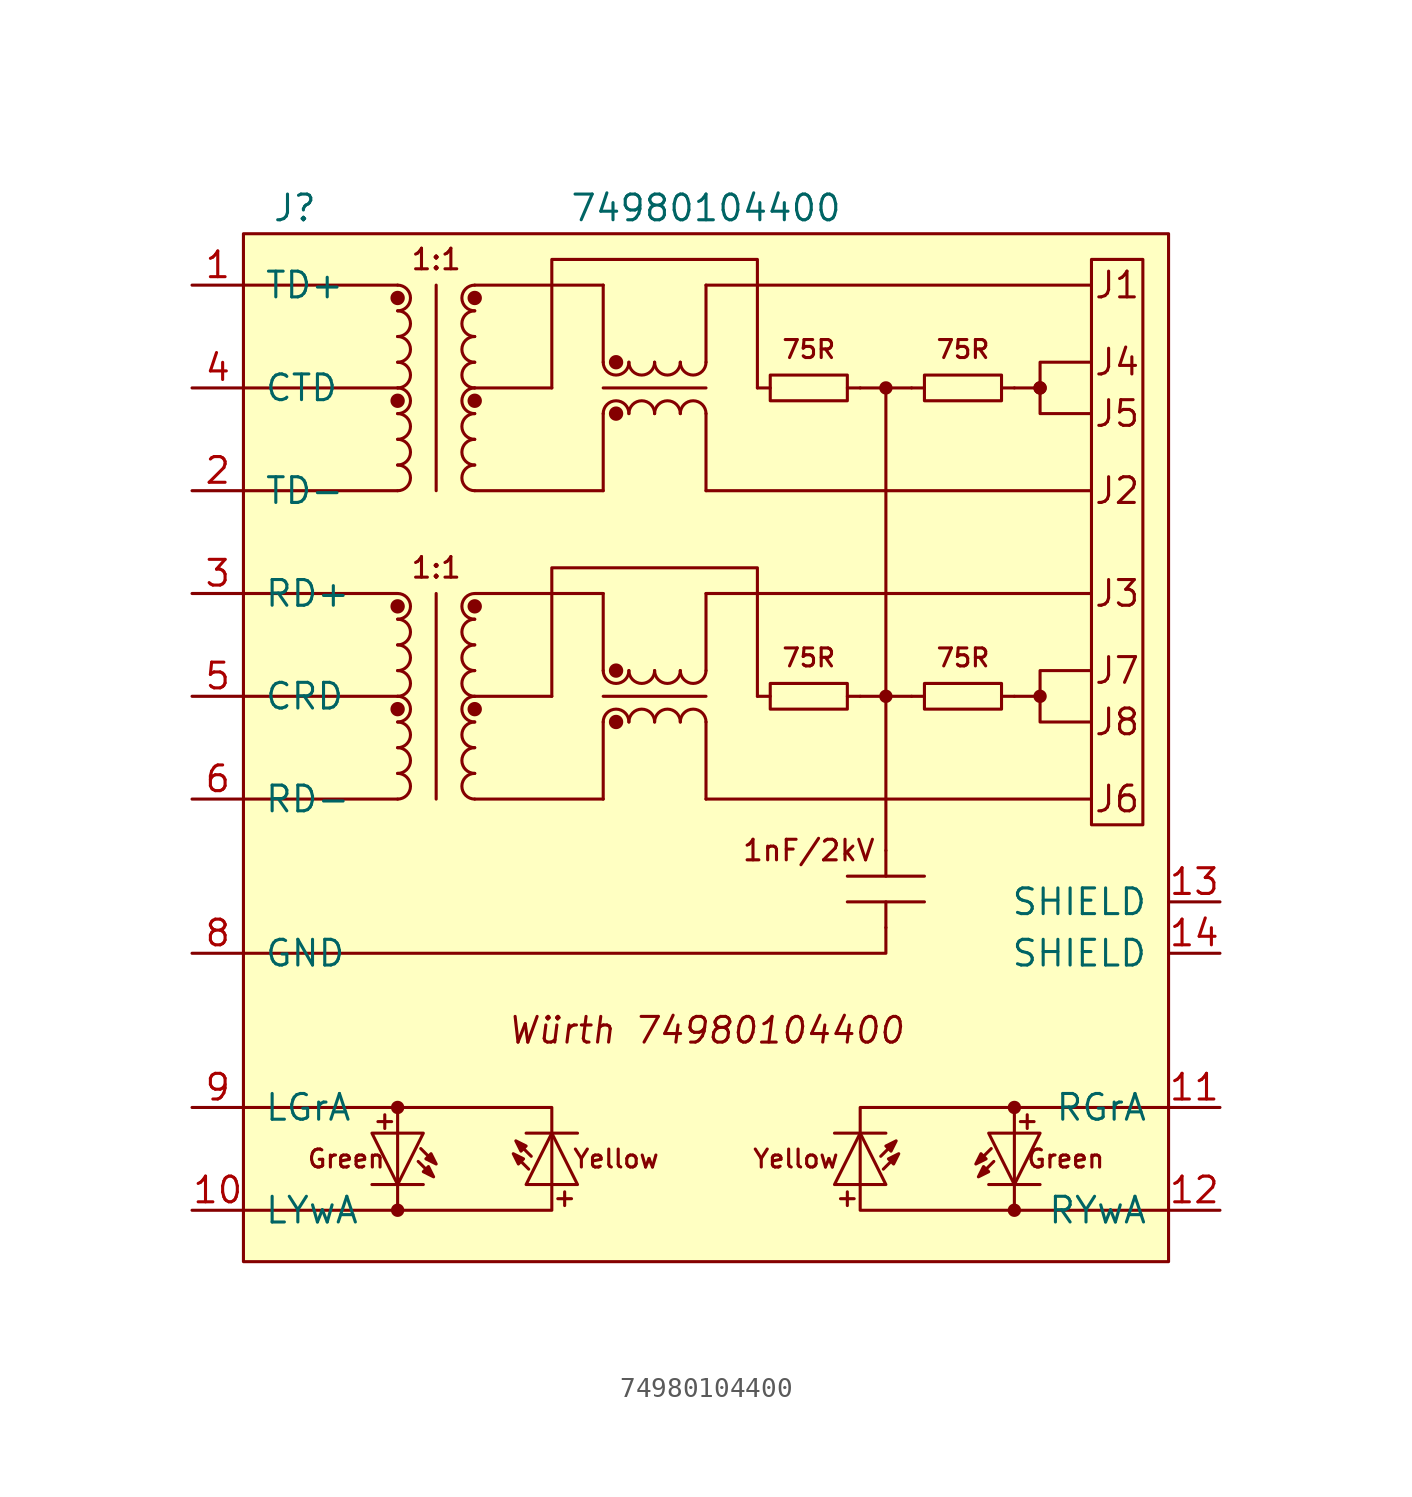
<source format=kicad_sym>
(kicad_symbol_lib
  (version 20211014)
  (generator kicad_symbol_editor)
  (symbol "74980104400"
    (pin_names
      (offset 1.016))
    (property "Reference" "J"
      (at -20.32 24.13 0)
      (effects (font (size 1.27 1.27))))
    (property "Value" "74980104400"
      (at 0 24.13 0)
      (effects (font (size 1.27 1.27))))
    (symbol "74980104400_0_0"
      (rectangle (start -22.86 22.86) (end 22.86 -27.94) (stroke (width 0) (type default) (color 0 0 0 0)) (fill (type background)))
      (circle (center -15.24 -25.4) (radius 0.254) (stroke (width 0) (type default) (color 0 0 0 0)) (fill (type outline)))
      (circle (center -15.24 -20.32) (radius 0.254) (stroke (width 0) (type default) (color 0 0 0 0)) (fill (type outline)))
      (arc (start -15.24 -5.08) (mid -14.605 -4.445) (end -15.24 -3.81) (stroke (width 0) (type default) (color 0 0 0 0)) (fill (type none)))
      (arc (start -15.24 -3.81) (mid -14.605 -3.175) (end -15.24 -2.54) (stroke (width 0) (type default) (color 0 0 0 0)) (fill (type none)))
      (arc (start -15.24 -2.54) (mid -14.605 -1.905) (end -15.24 -1.27) (stroke (width 0) (type default) (color 0 0 0 0)) (fill (type none)))
      (arc (start -15.24 -1.27) (mid -14.605 -0.635) (end -15.24 0) (stroke (width 0) (type default) (color 0 0 0 0)) (fill (type none)))
      (circle (center -15.24 -0.635) (radius 0.279) (stroke (width 0) (type default) (color 0 0 0 0)) (fill (type outline)))
      (arc (start -15.24 0) (mid -14.605 0.635) (end -15.24 1.27) (stroke (width 0) (type default) (color 0 0 0 0)) (fill (type none)))
      (arc (start -15.24 1.27) (mid -14.605 1.905) (end -15.24 2.54) (stroke (width 0) (type default) (color 0 0 0 0)) (fill (type none)))
      (arc (start -15.24 2.54) (mid -14.605 3.175) (end -15.24 3.81) (stroke (width 0) (type default) (color 0 0 0 0)) (fill (type none)))
      (arc (start -15.24 3.81) (mid -14.605 4.445) (end -15.24 5.08) (stroke (width 0) (type default) (color 0 0 0 0)) (fill (type none)))
      (circle (center -15.24 4.445) (radius 0.279) (stroke (width 0) (type default) (color 0 0 0 0)) (fill (type outline)))
      (arc (start -15.24 10.16) (mid -14.605 10.795) (end -15.24 11.43) (stroke (width 0) (type default) (color 0 0 0 0)) (fill (type none)))
      (arc (start -15.24 11.43) (mid -14.605 12.065) (end -15.24 12.7) (stroke (width 0) (type default) (color 0 0 0 0)) (fill (type none)))
      (arc (start -15.24 12.7) (mid -14.605 13.335) (end -15.24 13.97) (stroke (width 0) (type default) (color 0 0 0 0)) (fill (type none)))
      (arc (start -15.24 13.97) (mid -14.605 14.605) (end -15.24 15.24) (stroke (width 0) (type default) (color 0 0 0 0)) (fill (type none)))
      (circle (center -15.24 14.605) (radius 0.279) (stroke (width 0) (type default) (color 0 0 0 0)) (fill (type outline)))
      (arc (start -15.24 15.24) (mid -14.605 15.875) (end -15.24 16.51) (stroke (width 0) (type default) (color 0 0 0 0)) (fill (type none)))
      (arc (start -15.24 16.51) (mid -14.605 17.145) (end -15.24 17.78) (stroke (width 0) (type default) (color 0 0 0 0)) (fill (type none)))
      (arc (start -15.24 17.78) (mid -14.605 18.415) (end -15.24 19.05) (stroke (width 0) (type default) (color 0 0 0 0)) (fill (type none)))
      (arc (start -15.24 19.05) (mid -14.605 19.685) (end -15.24 20.32) (stroke (width 0) (type default) (color 0 0 0 0)) (fill (type none)))
      (circle (center -15.24 19.685) (radius 0.279) (stroke (width 0) (type default) (color 0 0 0 0)) (fill (type outline)))
      (arc (start -11.43 -3.81) (mid -12.065 -4.445) (end -11.43 -5.08) (stroke (width 0) (type default) (color 0 0 0 0)) (fill (type none)))
      (arc (start -11.43 -2.54) (mid -12.065 -3.175) (end -11.43 -3.81) (stroke (width 0) (type default) (color 0 0 0 0)) (fill (type none)))
      (arc (start -11.43 -1.27) (mid -12.065 -1.905) (end -11.43 -2.54) (stroke (width 0) (type default) (color 0 0 0 0)) (fill (type none)))
      (circle (center -11.43 -0.635) (radius 0.279) (stroke (width 0) (type default) (color 0 0 0 0)) (fill (type outline)))
      (arc (start -11.43 0) (mid -12.065 -0.635) (end -11.43 -1.27) (stroke (width 0) (type default) (color 0 0 0 0)) (fill (type none)))
      (arc (start -11.43 1.27) (mid -12.065 0.635) (end -11.43 0) (stroke (width 0) (type default) (color 0 0 0 0)) (fill (type none)))
      (arc (start -11.43 2.54) (mid -12.065 1.905) (end -11.43 1.27) (stroke (width 0) (type default) (color 0 0 0 0)) (fill (type none)))
      (arc (start -11.43 3.81) (mid -12.065 3.175) (end -11.43 2.54) (stroke (width 0) (type default) (color 0 0 0 0)) (fill (type none)))
      (circle (center -11.43 4.445) (radius 0.279) (stroke (width 0) (type default) (color 0 0 0 0)) (fill (type outline)))
      (arc (start -11.43 5.08) (mid -12.065 4.445) (end -11.43 3.81) (stroke (width 0) (type default) (color 0 0 0 0)) (fill (type none)))
      (arc (start -11.43 11.43) (mid -12.065 10.795) (end -11.43 10.16) (stroke (width 0) (type default) (color 0 0 0 0)) (fill (type none)))
      (arc (start -11.43 12.7) (mid -12.065 12.065) (end -11.43 11.43) (stroke (width 0) (type default) (color 0 0 0 0)) (fill (type none)))
      (arc (start -11.43 13.97) (mid -12.065 13.335) (end -11.43 12.7) (stroke (width 0) (type default) (color 0 0 0 0)) (fill (type none)))
      (circle (center -11.43 14.605) (radius 0.279) (stroke (width 0) (type default) (color 0 0 0 0)) (fill (type outline)))
      (arc (start -11.43 15.24) (mid -12.065 14.605) (end -11.43 13.97) (stroke (width 0) (type default) (color 0 0 0 0)) (fill (type none)))
      (arc (start -11.43 16.51) (mid -12.065 15.875) (end -11.43 15.24) (stroke (width 0) (type default) (color 0 0 0 0)) (fill (type none)))
      (arc (start -11.43 17.78) (mid -12.065 17.145) (end -11.43 16.51) (stroke (width 0) (type default) (color 0 0 0 0)) (fill (type none)))
      (arc (start -11.43 19.05) (mid -12.065 18.415) (end -11.43 17.78) (stroke (width 0) (type default) (color 0 0 0 0)) (fill (type none)))
      (circle (center -11.43 19.685) (radius 0.279) (stroke (width 0) (type default) (color 0 0 0 0)) (fill (type outline)))
      (arc (start -11.43 20.32) (mid -12.065 19.685) (end -11.43 19.05) (stroke (width 0) (type default) (color 0 0 0 0)) (fill (type none)))
      (arc (start -5.08 1.27) (mid -4.445 0.635) (end -3.81 1.27) (stroke (width 0) (type default) (color 0 0 0 0)) (fill (type none)))
      (arc (start -5.08 16.51) (mid -4.445 15.875) (end -3.81 16.51) (stroke (width 0) (type default) (color 0 0 0 0)) (fill (type none)))
      (circle (center -4.445 -1.27) (radius 0.279) (stroke (width 0) (type default) (color 0 0 0 0)) (fill (type outline)))
      (circle (center -4.445 1.27) (radius 0.279) (stroke (width 0) (type default) (color 0 0 0 0)) (fill (type outline)))
      (circle (center -4.445 13.97) (radius 0.279) (stroke (width 0) (type default) (color 0 0 0 0)) (fill (type outline)))
      (circle (center -4.445 16.51) (radius 0.279) (stroke (width 0) (type default) (color 0 0 0 0)) (fill (type outline)))
      (arc (start -3.81 -1.27) (mid -4.445 -0.635) (end -5.08 -1.27) (stroke (width 0) (type default) (color 0 0 0 0)) (fill (type none)))
      (arc (start -3.81 1.27) (mid -3.175 0.635) (end -2.54 1.27) (stroke (width 0) (type default) (color 0 0 0 0)) (fill (type none)))
      (arc (start -3.81 13.97) (mid -4.445 14.605) (end -5.08 13.97) (stroke (width 0) (type default) (color 0 0 0 0)) (fill (type none)))
      (arc (start -3.81 16.51) (mid -3.175 15.875) (end -2.54 16.51) (stroke (width 0) (type default) (color 0 0 0 0)) (fill (type none)))
      (arc (start -2.54 -1.27) (mid -3.175 -0.635) (end -3.81 -1.27) (stroke (width 0) (type default) (color 0 0 0 0)) (fill (type none)))
      (arc (start -2.54 1.27) (mid -1.905 0.635) (end -1.27 1.27) (stroke (width 0) (type default) (color 0 0 0 0)) (fill (type none)))
      (arc (start -2.54 13.97) (mid -3.175 14.605) (end -3.81 13.97) (stroke (width 0) (type default) (color 0 0 0 0)) (fill (type none)))
      (arc (start -2.54 16.51) (mid -1.905 15.875) (end -1.27 16.51) (stroke (width 0) (type default) (color 0 0 0 0)) (fill (type none)))
      (arc (start -1.27 -1.27) (mid -1.905 -0.635) (end -2.54 -1.27) (stroke (width 0) (type default) (color 0 0 0 0)) (fill (type none)))
      (arc (start -1.27 1.27) (mid -0.635 0.635) (end 0 1.27) (stroke (width 0) (type default) (color 0 0 0 0)) (fill (type none)))
      (arc (start -1.27 13.97) (mid -1.905 14.605) (end -2.54 13.97) (stroke (width 0) (type default) (color 0 0 0 0)) (fill (type none)))
      (arc (start -1.27 16.51) (mid -0.635 15.875) (end 0 16.51) (stroke (width 0) (type default) (color 0 0 0 0)) (fill (type none)))
      (arc (start 0 -1.27) (mid -0.635 -0.635) (end -1.27 -1.27) (stroke (width 0) (type default) (color 0 0 0 0)) (fill (type none)))
      (polyline (pts (xy -22.86 -5.08) (xy -15.24 -5.08)) (stroke (width 0) (type default) (color 0 0 0 0)) (fill (type none)))
      (polyline (pts (xy -22.86 0) (xy -15.24 0)) (stroke (width 0) (type default) (color 0 0 0 0)) (fill (type none)))
      (polyline (pts (xy -22.86 5.08) (xy -15.24 5.08)) (stroke (width 0) (type default) (color 0 0 0 0)) (fill (type none)))
      (polyline (pts (xy -22.86 10.16) (xy -15.24 10.16)) (stroke (width 0) (type default) (color 0 0 0 0)) (fill (type none)))
      (polyline (pts (xy -22.86 15.24) (xy -15.24 15.24)) (stroke (width 0) (type default) (color 0 0 0 0)) (fill (type none)))
      (polyline (pts (xy -22.86 20.32) (xy -15.24 20.32)) (stroke (width 0) (type default) (color 0 0 0 0)) (fill (type none)))
      (polyline (pts (xy -13.335 5.08) (xy -13.335 -5.08)) (stroke (width 0) (type default) (color 0 0 0 0)) (fill (type none)))
      (polyline (pts (xy -13.335 20.32) (xy -13.335 10.16)) (stroke (width 0) (type default) (color 0 0 0 0)) (fill (type none)))
      (polyline (pts (xy -7.62 0) (xy -11.43 0)) (stroke (width 0) (type default) (color 0 0 0 0)) (fill (type none)))
      (polyline (pts (xy -7.62 15.24) (xy -11.43 15.24)) (stroke (width 0) (type default) (color 0 0 0 0)) (fill (type none)))
      (polyline (pts (xy -5.08 -5.08) (xy -11.43 -5.08)) (stroke (width 0) (type default) (color 0 0 0 0)) (fill (type none)))
      (polyline (pts (xy -5.08 -5.08) (xy -5.08 -1.27)) (stroke (width 0) (type default) (color 0 0 0 0)) (fill (type none)))
      (polyline (pts (xy -5.08 0) (xy 0 0)) (stroke (width 0) (type default) (color 0 0 0 0)) (fill (type none)))
      (polyline (pts (xy -5.08 5.08) (xy -11.43 5.08)) (stroke (width 0) (type default) (color 0 0 0 0)) (fill (type none)))
      (polyline (pts (xy -5.08 5.08) (xy -5.08 1.27)) (stroke (width 0) (type default) (color 0 0 0 0)) (fill (type none)))
      (polyline (pts (xy -5.08 10.16) (xy -11.43 10.16)) (stroke (width 0) (type default) (color 0 0 0 0)) (fill (type none)))
      (polyline (pts (xy -5.08 13.97) (xy -5.08 10.16)) (stroke (width 0) (type default) (color 0 0 0 0)) (fill (type none)))
      (polyline (pts (xy -5.08 15.24) (xy 0 15.24)) (stroke (width 0) (type default) (color 0 0 0 0)) (fill (type none)))
      (polyline (pts (xy -5.08 20.32) (xy -11.43 20.32)) (stroke (width 0) (type default) (color 0 0 0 0)) (fill (type none)))
      (polyline (pts (xy -5.08 20.32) (xy -5.08 16.51)) (stroke (width 0) (type default) (color 0 0 0 0)) (fill (type none)))
      (polyline (pts (xy 0 -5.08) (xy 19.05 -5.08)) (stroke (width 0) (type default) (color 0 0 0 0)) (fill (type none)))
      (polyline (pts (xy 0 -1.27) (xy 0 -5.08)) (stroke (width 0) (type default) (color 0 0 0 0)) (fill (type none)))
      (polyline (pts (xy 0 1.27) (xy 0 5.08)) (stroke (width 0) (type default) (color 0 0 0 0)) (fill (type none)))
      (polyline (pts (xy 0 5.08) (xy 19.05 5.08)) (stroke (width 0) (type default) (color 0 0 0 0)) (fill (type none)))
      (polyline (pts (xy 0 10.16) (xy 19.05 10.16)) (stroke (width 0) (type default) (color 0 0 0 0)) (fill (type none)))
      (polyline (pts (xy 0 13.97) (xy 0 10.16)) (stroke (width 0) (type default) (color 0 0 0 0)) (fill (type none)))
      (polyline (pts (xy 0 16.51) (xy 0 20.32)) (stroke (width 0) (type default) (color 0 0 0 0)) (fill (type none)))
      (polyline (pts (xy 0 20.32) (xy 19.05 20.32)) (stroke (width 0) (type default) (color 0 0 0 0)) (fill (type none)))
      (polyline (pts (xy 3.175 0) (xy 2.54 0)) (stroke (width 0) (type default) (color 0 0 0 0)) (fill (type none)))
      (polyline (pts (xy 3.175 15.24) (xy 2.54 15.24)) (stroke (width 0) (type default) (color 0 0 0 0)) (fill (type none)))
      (polyline (pts (xy 6.985 -10.16) (xy 10.795 -10.16)) (stroke (width 0) (type default) (color 0 0 0 0)) (fill (type none)))
      (polyline (pts (xy 6.985 -8.89) (xy 10.795 -8.89)) (stroke (width 0) (type default) (color 0 0 0 0)) (fill (type none)))
      (polyline (pts (xy 6.985 0) (xy 7.62 0)) (stroke (width 0) (type default) (color 0 0 0 0)) (fill (type none)))
      (polyline (pts (xy 6.985 15.24) (xy 7.62 15.24)) (stroke (width 0) (type default) (color 0 0 0 0)) (fill (type none)))
      (polyline (pts (xy 8.89 -10.16) (xy 8.89 -11.43)) (stroke (width 0) (type default) (color 0 0 0 0)) (fill (type none)))
      (polyline (pts (xy 8.89 -8.89) (xy 8.89 -7.62)) (stroke (width 0) (type default) (color 0 0 0 0)) (fill (type none)))
      (polyline (pts (xy 10.16 0) (xy 7.62 0)) (stroke (width 0) (type default) (color 0 0 0 0)) (fill (type none)))
      (polyline (pts (xy 10.16 15.24) (xy 7.62 15.24)) (stroke (width 0) (type default) (color 0 0 0 0)) (fill (type none)))
      (polyline (pts (xy 10.795 0) (xy 10.16 0)) (stroke (width 0) (type default) (color 0 0 0 0)) (fill (type none)))
      (polyline (pts (xy 10.795 15.24) (xy 10.16 15.24)) (stroke (width 0) (type default) (color 0 0 0 0)) (fill (type none)))
      (polyline (pts (xy 14.605 0) (xy 15.24 0)) (stroke (width 0) (type default) (color 0 0 0 0)) (fill (type none)))
      (polyline (pts (xy 14.605 15.24) (xy 15.24 15.24)) (stroke (width 0) (type default) (color 0 0 0 0)) (fill (type none)))
      (polyline (pts (xy -22.86 -12.7) (xy 8.89 -12.7) (xy 8.89 -11.43)) (stroke (width 0) (type default) (color 0 0 0 0)) (fill (type none)))
      (polyline (pts (xy 8.89 15.24) (xy 8.89 0) (xy 8.89 -7.62)) (stroke (width 0) (type default) (color 0 0 0 0)) (fill (type none)))
      (polyline (pts (xy 16.51 0) (xy 16.51 -1.27) (xy 19.05 -1.27)) (stroke (width 0) (type default) (color 0 0 0 0)) (fill (type none)))
      (polyline (pts (xy 16.51 15.24) (xy 16.51 13.97) (xy 19.05 13.97)) (stroke (width 0) (type default) (color 0 0 0 0)) (fill (type none)))
      (polyline (pts (xy -7.62 0) (xy -7.62 6.35) (xy 2.54 6.35) (xy 2.54 0)) (stroke (width 0) (type default) (color 0 0 0 0)) (fill (type none)))
      (polyline (pts (xy -7.62 15.24) (xy -7.62 21.59) (xy 2.54 21.59) (xy 2.54 15.24)) (stroke (width 0) (type default) (color 0 0 0 0)) (fill (type none)))
      (polyline (pts (xy 15.24 0) (xy 16.51 0) (xy 16.51 1.27) (xy 19.05 1.27)) (stroke (width 0) (type default) (color 0 0 0 0)) (fill (type none)))
      (polyline (pts (xy 15.24 15.24) (xy 16.51 15.24) (xy 16.51 16.51) (xy 19.05 16.51)) (stroke (width 0) (type default) (color 0 0 0 0)) (fill (type none)))
      (polyline (pts (xy -14.224 -22.987) (xy -13.462 -23.749) (xy -13.716 -23.241) (xy -13.97 -23.495) (xy -13.462 -23.749)) (stroke (width 0) (type default) (color 0 0 0 0)) (fill (type none)))
      (polyline (pts (xy -14.097 -22.352) (xy -13.335 -23.114) (xy -13.589 -22.606) (xy -13.843 -22.86) (xy -13.335 -23.114)) (stroke (width 0) (type default) (color 0 0 0 0)) (fill (type none)))
      (polyline (pts (xy -8.763 -23.368) (xy -9.525 -22.606) (xy -9.271 -23.114) (xy -9.017 -22.86) (xy -9.525 -22.606)) (stroke (width 0) (type default) (color 0 0 0 0)) (fill (type none)))
      (polyline (pts (xy -8.636 -22.733) (xy -9.398 -21.971) (xy -9.144 -22.479) (xy -8.89 -22.225) (xy -9.398 -21.971)) (stroke (width 0) (type default) (color 0 0 0 0)) (fill (type none)))
      (polyline (pts (xy 8.636 -22.733) (xy 9.398 -21.971) (xy 9.144 -22.479) (xy 8.89 -22.225) (xy 9.398 -21.971)) (stroke (width 0) (type default) (color 0 0 0 0)) (fill (type none)))
      (polyline (pts (xy 8.763 -23.368) (xy 9.525 -22.606) (xy 9.271 -23.114) (xy 9.017 -22.86) (xy 9.525 -22.606)) (stroke (width 0) (type default) (color 0 0 0 0)) (fill (type none)))
      (polyline (pts (xy 14.097 -22.352) (xy 13.335 -23.114) (xy 13.589 -22.606) (xy 13.843 -22.86) (xy 13.335 -23.114)) (stroke (width 0) (type default) (color 0 0 0 0)) (fill (type none)))
      (polyline (pts (xy 14.224 -22.987) (xy 13.462 -23.749) (xy 13.716 -23.241) (xy 13.97 -23.495) (xy 13.462 -23.749)) (stroke (width 0) (type default) (color 0 0 0 0)) (fill (type none)))
      (arc (start 0 13.97) (mid -0.635 14.605) (end -1.27 13.97) (stroke (width 0) (type default) (color 0 0 0 0)) (fill (type none)))
      (rectangle (start 3.175 0.635) (end 6.985 -0.635) (stroke (width 0) (type default) (color 0 0 0 0)) (fill (type none)))
      (rectangle (start 3.175 15.875) (end 6.985 14.605) (stroke (width 0) (type default) (color 0 0 0 0)) (fill (type none)))
      (circle (center 8.89 0) (radius 0.254) (stroke (width 0) (type default) (color 0 0 0 0)) (fill (type outline)))
      (circle (center 8.89 15.24) (radius 0.254) (stroke (width 0) (type default) (color 0 0 0 0)) (fill (type outline)))
      (rectangle (start 10.795 0.635) (end 14.605 -0.635) (stroke (width 0) (type default) (color 0 0 0 0)) (fill (type none)))
      (rectangle (start 10.795 15.875) (end 14.605 14.605) (stroke (width 0) (type default) (color 0 0 0 0)) (fill (type none)))
      (circle (center 15.24 -25.4) (radius 0.254) (stroke (width 0) (type default) (color 0 0 0 0)) (fill (type outline)))
      (circle (center 15.24 -20.32) (radius 0.254) (stroke (width 0) (type default) (color 0 0 0 0)) (fill (type outline)))
      (circle (center 16.51 0) (radius 0.254) (stroke (width 0) (type default) (color 0 0 0 0)) (fill (type outline)))
      (circle (center 16.51 15.24) (radius 0.254) (stroke (width 0) (type default) (color 0 0 0 0)) (fill (type outline)))
      (circle (center 16.51 15.24) (radius 0.254) (stroke (width 0) (type default) (color 0 0 0 0)) (fill (type outline)))
      (rectangle (start 19.05 21.59) (end 21.59 -6.35) (stroke (width 0) (type default) (color 0 0 0 0)) (fill (type none)))
      (text "+" (at -15.875 -20.955 0) (effects (font (size 0.889 0.889))))
      (text "+" (at -6.985 -24.765 0) (effects (font (size 0.889 0.889))))
      (text "+" (at 6.985 -24.765 0) (effects (font (size 0.889 0.889))))
      (text "+" (at 15.875 -20.955 0) (effects (font (size 0.889 0.889))))
      (text "1:1" (at -13.335 6.35 0) (effects (font (size 1.016 1.016))))
      (text "1:1" (at -13.335 21.59 0) (effects (font (size 1.016 1.016))))
      (text "1nF/2kV" (at 5.08 -7.62 0) (effects (font (size 1.016 1.016))))
      (text "75R" (at 5.08 1.905 0) (effects (font (size 0.889 0.889))))
      (text "75R" (at 5.08 17.145 0) (effects (font (size 0.889 0.889))))
      (text "75R" (at 12.7 1.905 0) (effects (font (size 0.889 0.889))))
      (text "75R" (at 12.7 17.145 0) (effects (font (size 0.889 0.889))))
      (text "Green" (at -17.78 -22.86 0) (effects (font (size 0.889 0.889))))
      (text "Green" (at 17.78 -22.86 0) (effects (font (size 0.889 0.889))))
      (text "J1" (at 20.32 20.32 0) (effects (font (size 1.27 1.27))))
      (text "J2" (at 20.32 10.16 0) (effects (font (size 1.27 1.27))))
      (text "J3" (at 20.32 5.08 0) (effects (font (size 1.27 1.27))))
      (text "J4" (at 20.32 16.51 0) (effects (font (size 1.27 1.27))))
      (text "J5" (at 20.32 13.97 0) (effects (font (size 1.27 1.27))))
      (text "J6" (at 20.32 -5.08 0) (effects (font (size 1.27 1.27))))
      (text "J7" (at 20.32 1.27 0) (effects (font (size 1.27 1.27))))
      (text "J8" (at 20.32 -1.27 0) (effects (font (size 1.27 1.27))))
      (text "Würth 74980104400" (at 0 -16.51 0) (effects (font (size 1.27 1.27) italic)))
      (text "Yellow" (at -4.445 -22.86 0) (effects (font (size 0.889 0.889))))
      (text "Yellow" (at 4.445 -22.86 0) (effects (font (size 0.889 0.889)))))
    (symbol "74980104400_0_1"
      (polyline (pts (xy -22.86 -20.32) (xy -15.24 -20.32)) (stroke (width 0) (type default) (color 0 0 0 0)) (fill (type none)))
      (polyline (pts (xy -16.51 -24.13) (xy -13.97 -24.13)) (stroke (width 0) (type default) (color 0 0 0 0)) (fill (type none)))
      (polyline (pts (xy -8.89 -21.59) (xy -6.35 -21.59)) (stroke (width 0) (type default) (color 0 0 0 0)) (fill (type none)))
      (polyline (pts (xy 8.89 -21.59) (xy 6.35 -21.59)) (stroke (width 0) (type default) (color 0 0 0 0)) (fill (type none)))
      (polyline (pts (xy 16.51 -24.13) (xy 13.97 -24.13)) (stroke (width 0) (type default) (color 0 0 0 0)) (fill (type none)))
      (polyline (pts (xy 22.86 -20.32) (xy 15.24 -20.32)) (stroke (width 0) (type default) (color 0 0 0 0)) (fill (type none)))
      (polyline (pts (xy -15.24 -20.32) (xy -15.24 -25.4) (xy -22.86 -25.4)) (stroke (width 0) (type default) (color 0 0 0 0)) (fill (type none)))
      (polyline (pts (xy 15.24 -20.32) (xy 15.24 -25.4) (xy 22.86 -25.4)) (stroke (width 0) (type default) (color 0 0 0 0)) (fill (type none)))
      (polyline (pts (xy -15.24 -25.4) (xy -7.62 -25.4) (xy -7.62 -20.32) (xy -15.24 -20.32)) (stroke (width 0) (type default) (color 0 0 0 0)) (fill (type none)))
      (polyline (pts (xy -15.24 -24.13) (xy -16.51 -21.59) (xy -13.97 -21.59) (xy -15.24 -24.13)) (stroke (width 0) (type default) (color 0 0 0 0)) (fill (type none)))
      (polyline (pts (xy -7.62 -21.59) (xy -8.89 -24.13) (xy -6.35 -24.13) (xy -7.62 -21.59)) (stroke (width 0) (type default) (color 0 0 0 0)) (fill (type none)))
      (polyline (pts (xy 7.62 -21.59) (xy 8.89 -24.13) (xy 6.35 -24.13) (xy 7.62 -21.59)) (stroke (width 0) (type default) (color 0 0 0 0)) (fill (type none)))
      (polyline (pts (xy 15.24 -25.4) (xy 7.62 -25.4) (xy 7.62 -20.32) (xy 15.24 -20.32)) (stroke (width 0) (type default) (color 0 0 0 0)) (fill (type none)))
      (polyline (pts (xy 15.24 -24.13) (xy 16.51 -21.59) (xy 13.97 -21.59) (xy 15.24 -24.13)) (stroke (width 0) (type default) (color 0 0 0 0)) (fill (type none)))
      (pin passive line (at 25.4 -10.16 180) (length 2.54) (name "SHIELD" (effects (font (size 1.27 1.27)))) (number "13" (effects (font (size 1.27 1.27)))))
      (pin passive line (at 25.4 -12.7 180) (length 2.54) (name "SHIELD" (effects (font (size 1.27 1.27)))) (number "14" (effects (font (size 1.27 1.27))))))
    (symbol "74980104400_1_1"
      (pin passive line (at -25.4 20.32 0) (length 2.54) (name "TD+" (effects (font (size 1.27 1.27)))) (number "1" (effects (font (size 1.27 1.27)))))
      (pin passive line (at -25.4 -25.4 0) (length 2.54) (name "LYwA" (effects (font (size 1.27 1.27)))) (number "10" (effects (font (size 1.27 1.27)))))
      (pin passive line (at 25.4 -20.32 180) (length 2.54) (name "RGrA" (effects (font (size 1.27 1.27)))) (number "11" (effects (font (size 1.27 1.27)))))
      (pin passive line (at 25.4 -25.4 180) (length 2.54) (name "RYwA" (effects (font (size 1.27 1.27)))) (number "12" (effects (font (size 1.27 1.27)))))
      (pin passive line (at -25.4 10.16 0) (length 2.54) (name "TD-" (effects (font (size 1.27 1.27)))) (number "2" (effects (font (size 1.27 1.27)))))
      (pin passive line (at -25.4 5.08 0) (length 2.54) (name "RD+" (effects (font (size 1.27 1.27)))) (number "3" (effects (font (size 1.27 1.27)))))
      (pin passive line (at -25.4 15.24 0) (length 2.54) (name "CTD" (effects (font (size 1.27 1.27)))) (number "4" (effects (font (size 1.27 1.27)))))
      (pin passive line (at -25.4 0 0) (length 2.54) (name "CRD" (effects (font (size 1.27 1.27)))) (number "5" (effects (font (size 1.27 1.27)))))
      (pin passive line (at -25.4 -5.08 0) (length 2.54) (name "RD-" (effects (font (size 1.27 1.27)))) (number "6" (effects (font (size 1.27 1.27)))))
      (pin passive line (at -25.4 -12.7 0) (length 2.54) (name "GND" (effects (font (size 1.27 1.27)))) (number "8" (effects (font (size 1.27 1.27)))))
      (pin passive line (at -25.4 -20.32 0) (length 2.54) (name "LGrA" (effects (font (size 1.27 1.27)))) (number "9" (effects (font (size 1.27 1.27))))))))
</source>
